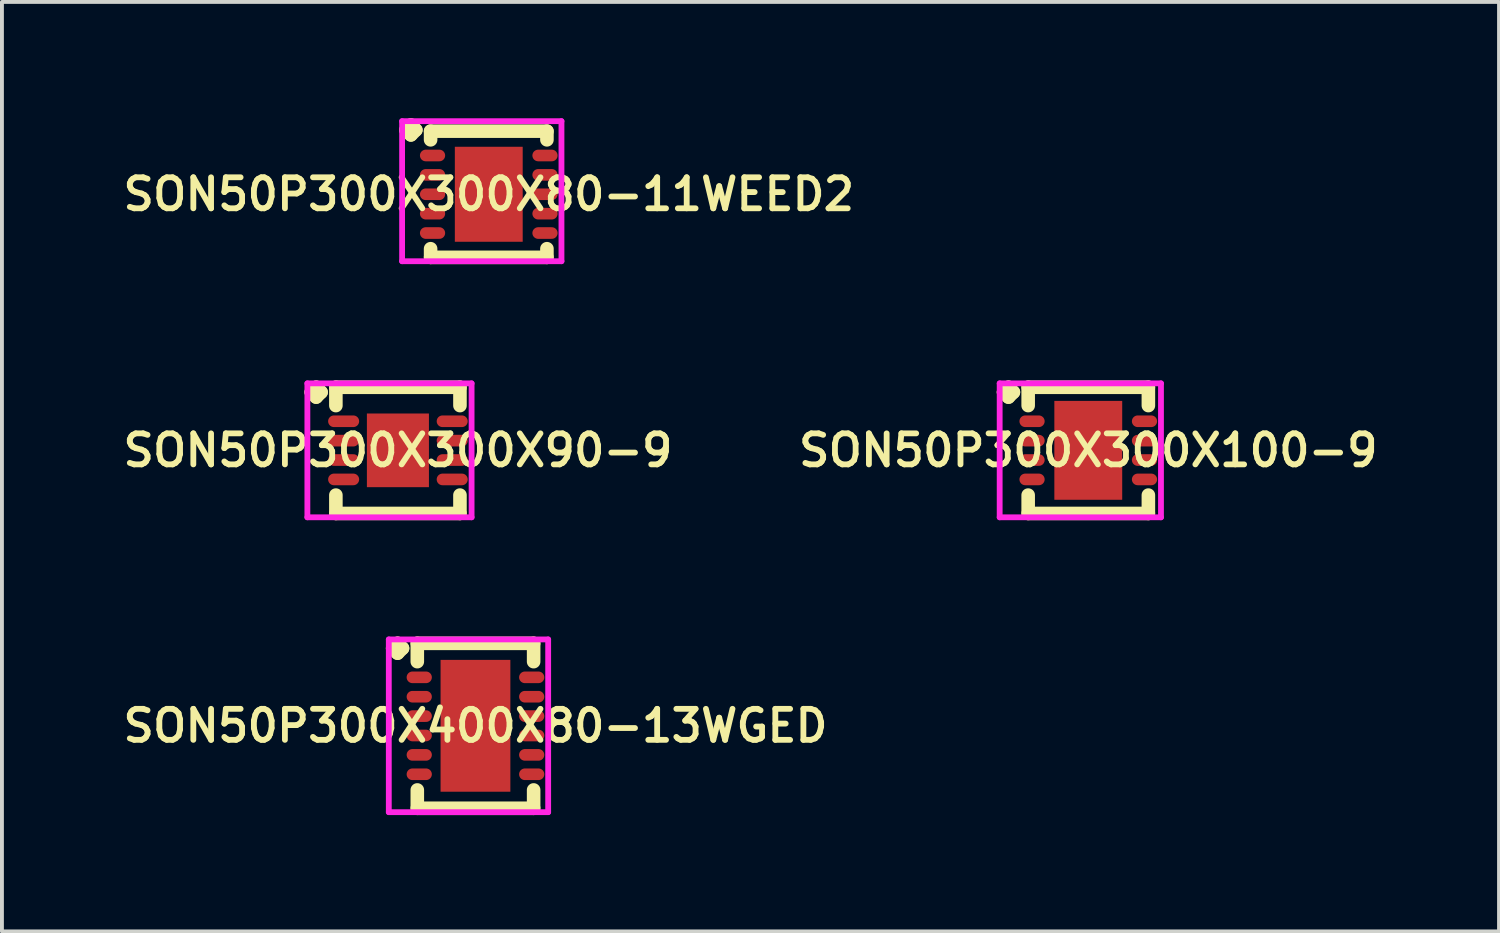
<source format=kicad_pcb>
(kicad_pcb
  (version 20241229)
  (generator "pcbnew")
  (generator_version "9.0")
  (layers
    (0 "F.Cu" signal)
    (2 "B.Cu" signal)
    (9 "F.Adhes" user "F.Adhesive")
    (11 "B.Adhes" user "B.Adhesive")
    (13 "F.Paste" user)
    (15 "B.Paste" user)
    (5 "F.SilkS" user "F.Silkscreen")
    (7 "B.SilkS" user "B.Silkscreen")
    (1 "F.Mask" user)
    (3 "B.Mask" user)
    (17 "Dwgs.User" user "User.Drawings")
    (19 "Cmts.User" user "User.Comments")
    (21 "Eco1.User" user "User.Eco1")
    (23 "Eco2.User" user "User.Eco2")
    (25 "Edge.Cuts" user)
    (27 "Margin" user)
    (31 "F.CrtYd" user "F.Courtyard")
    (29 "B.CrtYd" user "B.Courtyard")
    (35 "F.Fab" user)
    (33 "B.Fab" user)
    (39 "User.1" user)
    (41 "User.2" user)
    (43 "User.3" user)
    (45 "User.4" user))
  (footprint "SON50P300X300X80-11WEED2"
    (layer "F.Cu")
    (at 9.555 1.96)
    (property "Reference" "SON50P300X300X80-11WEED2" (at 0 0 0) (layer "F.SilkS") (effects (font (size 0.8 0.8) (thickness 0.15))))
    (attr smd)
    (fp_line (start -2.135 -1.658) (end -2.008 -1.785) (stroke (width 0.35) (type solid)) (layer "F.SilkS"))
    (fp_line (start -2.008 -1.785) (end -1.881 -1.658) (stroke (width 0.35) (type solid)) (layer "F.SilkS"))
    (fp_line (start -2.008 -1.531) (end -2.135 -1.658) (stroke (width 0.35) (type solid)) (layer "F.SilkS"))
    (fp_line (start -1.881 -1.658) (end -2.008 -1.531) (stroke (width 0.35) (type solid)) (layer "F.SilkS"))
    (fp_line (start -1.5 -1.627) (end 1.5 -1.627) (stroke (width 0.35) (type solid)) (layer "F.SilkS"))
    (fp_line (start -1.5 -1.404) (end -1.5 -1.627) (stroke (width 0.35) (type solid)) (layer "F.SilkS"))
    (fp_line (start -1.5 1.404) (end -1.5 1.627) (stroke (width 0.35) (type solid)) (layer "F.SilkS"))
    (fp_line (start -1.5 1.627) (end 1.5 1.627) (stroke (width 0.35) (type solid)) (layer "F.SilkS"))
    (fp_line (start 1.5 -1.627) (end 1.5 -1.404) (stroke (width 0.35) (type solid)) (layer "F.SilkS"))
    (fp_line (start 1.5 1.627) (end 1.5 1.404) (stroke (width 0.35) (type solid)) (layer "F.SilkS"))
    (fp_line (start -2.235 -1.885) (end 1.875 -1.885) (stroke (width 0.15) (type solid)) (layer "F.CrtYd"))
    (fp_line (start -2.235 1.727) (end -2.235 -1.885) (stroke (width 0.15) (type solid)) (layer "F.CrtYd"))
    (fp_line (start 1.875 -1.885) (end 1.875 1.727) (stroke (width 0.15) (type solid)) (layer "F.CrtYd"))
    (fp_line (start 1.875 1.727) (end -2.235 1.727) (stroke (width 0.15) (type solid)) (layer "F.CrtYd"))
    (pad "1" smd oval (at -1.45 -1) (size 0.65 0.3) (layers "F.Cu" "F.Mask" "F.Paste"))
    (pad "2" smd oval (at -1.45 -0.5) (size 0.65 0.3) (layers "F.Cu" "F.Mask" "F.Paste"))
    (pad "3" smd oval (at -1.45 0) (size 0.65 0.3) (layers "F.Cu" "F.Mask" "F.Paste"))
    (pad "4" smd oval (at -1.45 0.5) (size 0.65 0.3) (layers "F.Cu" "F.Mask" "F.Paste"))
    (pad "5" smd oval (at -1.45 1) (size 0.65 0.3) (layers "F.Cu" "F.Mask" "F.Paste"))
    (pad "6" smd oval (at 1.45 1) (size 0.65 0.3) (layers "F.Cu" "F.Mask" "F.Paste"))
    (pad "7" smd oval (at 1.45 0.5) (size 0.65 0.3) (layers "F.Cu" "F.Mask" "F.Paste"))
    (pad "8" smd oval (at 1.45 0) (size 0.65 0.3) (layers "F.Cu" "F.Mask" "F.Paste"))
    (pad "9" smd oval (at 1.45 -0.5) (size 0.65 0.3) (layers "F.Cu" "F.Mask" "F.Paste"))
    (pad "10" smd oval (at 1.45 -1) (size 0.65 0.3) (layers "F.Cu" "F.Mask" "F.Paste"))
    (pad "11" smd rect (at 0 0) (size 1.75 2.45) (layers "F.Cu" "F.Mask" "F.Paste")))
  (footprint "SON50P300X300X100-9"
    (layer "F.Cu")
    (at 25.016 8.564)
    (property "Reference" "SON50P300X300X100-9" (at 0 0 0) (layer "F.SilkS") (effects (font (size 0.8 0.8) (thickness 0.15))))
    (attr smd)
    (fp_line (start -2.185 -1.5) (end -2.058 -1.627) (stroke (width 0.35) (type solid)) (layer "F.SilkS"))
    (fp_line (start -2.058 -1.627) (end -1.931 -1.5) (stroke (width 0.35) (type solid)) (layer "F.SilkS"))
    (fp_line (start -2.058 -1.373) (end -2.185 -1.5) (stroke (width 0.35) (type solid)) (layer "F.SilkS"))
    (fp_line (start -1.931 -1.5) (end -2.058 -1.373) (stroke (width 0.35) (type solid)) (layer "F.SilkS"))
    (fp_line (start -1.55 -1.627) (end 1.55 -1.627) (stroke (width 0.35) (type solid)) (layer "F.SilkS"))
    (fp_line (start -1.55 -1.154) (end -1.55 -1.627) (stroke (width 0.35) (type solid)) (layer "F.SilkS"))
    (fp_line (start -1.55 1.154) (end -1.55 1.627) (stroke (width 0.35) (type solid)) (layer "F.SilkS"))
    (fp_line (start -1.55 1.627) (end 1.55 1.627) (stroke (width 0.35) (type solid)) (layer "F.SilkS"))
    (fp_line (start 1.55 -1.627) (end 1.55 -1.154) (stroke (width 0.35) (type solid)) (layer "F.SilkS"))
    (fp_line (start 1.55 1.627) (end 1.55 1.154) (stroke (width 0.35) (type solid)) (layer "F.SilkS"))
    (fp_line (start -2.285 -1.727) (end 1.875 -1.727) (stroke (width 0.15) (type solid)) (layer "F.CrtYd"))
    (fp_line (start -2.285 1.727) (end -2.285 -1.727) (stroke (width 0.15) (type solid)) (layer "F.CrtYd"))
    (fp_line (start 1.875 -1.727) (end 1.875 1.727) (stroke (width 0.15) (type solid)) (layer "F.CrtYd"))
    (fp_line (start 1.875 1.727) (end -2.285 1.727) (stroke (width 0.15) (type solid)) (layer "F.CrtYd"))
    (pad "1" smd oval (at -1.45 -0.75) (size 0.65 0.3) (layers "F.Cu" "F.Mask" "F.Paste"))
    (pad "2" smd oval (at -1.45 -0.25) (size 0.65 0.3) (layers "F.Cu" "F.Mask" "F.Paste"))
    (pad "3" smd oval (at -1.45 0.25) (size 0.65 0.3) (layers "F.Cu" "F.Mask" "F.Paste"))
    (pad "4" smd oval (at -1.45 0.75) (size 0.65 0.3) (layers "F.Cu" "F.Mask" "F.Paste"))
    (pad "5" smd oval (at 1.45 0.75) (size 0.65 0.3) (layers "F.Cu" "F.Mask" "F.Paste"))
    (pad "6" smd oval (at 1.45 0.25) (size 0.65 0.3) (layers "F.Cu" "F.Mask" "F.Paste"))
    (pad "7" smd oval (at 1.45 -0.25) (size 0.65 0.3) (layers "F.Cu" "F.Mask" "F.Paste"))
    (pad "8" smd oval (at 1.45 -0.75) (size 0.65 0.3) (layers "F.Cu" "F.Mask" "F.Paste"))
    (pad "9" smd rect (at 0 0) (size 1.75 2.55) (layers "F.Cu" "F.Mask" "F.Paste")))
  (footprint "SON50P300X400X80-13WGED"
    (layer "F.Cu")
    (at 9.212 15.668)
    (property "Reference" "SON50P300X400X80-13WGED" (at 0 0 0) (layer "F.SilkS") (effects (font (size 0.8 0.8) (thickness 0.15))))
    (attr smd)
    (fp_line (start -2.135 -2) (end -2.008 -2.127) (stroke (width 0.35) (type solid)) (layer "F.SilkS"))
    (fp_line (start -2.008 -2.127) (end -1.881 -2) (stroke (width 0.35) (type solid)) (layer "F.SilkS"))
    (fp_line (start -2.008 -1.873) (end -2.135 -2) (stroke (width 0.35) (type solid)) (layer "F.SilkS"))
    (fp_line (start -1.881 -2) (end -2.008 -1.873) (stroke (width 0.35) (type solid)) (layer "F.SilkS"))
    (fp_line (start -1.5 -2.127) (end 1.5 -2.127) (stroke (width 0.35) (type solid)) (layer "F.SilkS"))
    (fp_line (start -1.5 -1.654) (end -1.5 -2.127) (stroke (width 0.35) (type solid)) (layer "F.SilkS"))
    (fp_line (start -1.5 1.654) (end -1.5 2.127) (stroke (width 0.35) (type solid)) (layer "F.SilkS"))
    (fp_line (start -1.5 2.127) (end 1.5 2.127) (stroke (width 0.35) (type solid)) (layer "F.SilkS"))
    (fp_line (start 1.5 -2.127) (end 1.5 -1.654) (stroke (width 0.35) (type solid)) (layer "F.SilkS"))
    (fp_line (start 1.5 2.127) (end 1.5 1.654) (stroke (width 0.35) (type solid)) (layer "F.SilkS"))
    (fp_line (start -2.235 -2.227) (end 1.875 -2.227) (stroke (width 0.15) (type solid)) (layer "F.CrtYd"))
    (fp_line (start -2.235 2.227) (end -2.235 -2.227) (stroke (width 0.15) (type solid)) (layer "F.CrtYd"))
    (fp_line (start 1.875 -2.227) (end 1.875 2.227) (stroke (width 0.15) (type solid)) (layer "F.CrtYd"))
    (fp_line (start 1.875 2.227) (end -2.235 2.227) (stroke (width 0.15) (type solid)) (layer "F.CrtYd"))
    (pad "1" smd oval (at -1.45 -1.25) (size 0.65 0.3) (layers "F.Cu" "F.Mask" "F.Paste"))
    (pad "2" smd oval (at -1.45 -0.75) (size 0.65 0.3) (layers "F.Cu" "F.Mask" "F.Paste"))
    (pad "3" smd oval (at -1.45 -0.25) (size 0.65 0.3) (layers "F.Cu" "F.Mask" "F.Paste"))
    (pad "4" smd oval (at -1.45 0.25) (size 0.65 0.3) (layers "F.Cu" "F.Mask" "F.Paste"))
    (pad "5" smd oval (at -1.45 0.75) (size 0.65 0.3) (layers "F.Cu" "F.Mask" "F.Paste"))
    (pad "6" smd oval (at -1.45 1.25) (size 0.65 0.3) (layers "F.Cu" "F.Mask" "F.Paste"))
    (pad "7" smd oval (at 1.45 1.25) (size 0.65 0.3) (layers "F.Cu" "F.Mask" "F.Paste"))
    (pad "8" smd oval (at 1.45 0.75) (size 0.65 0.3) (layers "F.Cu" "F.Mask" "F.Paste"))
    (pad "9" smd oval (at 1.45 0.25) (size 0.65 0.3) (layers "F.Cu" "F.Mask" "F.Paste"))
    (pad "10" smd oval (at 1.45 -0.25) (size 0.65 0.3) (layers "F.Cu" "F.Mask" "F.Paste"))
    (pad "11" smd oval (at 1.45 -0.75) (size 0.65 0.3) (layers "F.Cu" "F.Mask" "F.Paste"))
    (pad "12" smd oval (at 1.45 -1.25) (size 0.65 0.3) (layers "F.Cu" "F.Mask" "F.Paste"))
    (pad "13" smd rect (at 0 0) (size 1.8 3.4) (layers "F.Cu" "F.Mask" "F.Paste")))
  (footprint "SON50P300X300X90-9"
    (layer "F.Cu")
    (at 7.212 8.564)
    (property "Reference" "SON50P300X300X90-9" (at 0 0 0) (layer "F.SilkS") (effects (font (size 0.8 0.8) (thickness 0.15))))
    (attr smd)
    (fp_line (start -2.235 -1.5) (end -2.108 -1.627) (stroke (width 0.35) (type solid)) (layer "F.SilkS"))
    (fp_line (start -2.108 -1.627) (end -1.981 -1.5) (stroke (width 0.35) (type solid)) (layer "F.SilkS"))
    (fp_line (start -2.108 -1.373) (end -2.235 -1.5) (stroke (width 0.35) (type solid)) (layer "F.SilkS"))
    (fp_line (start -1.981 -1.5) (end -2.108 -1.373) (stroke (width 0.35) (type solid)) (layer "F.SilkS"))
    (fp_line (start -1.6 -1.627) (end 1.6 -1.627) (stroke (width 0.35) (type solid)) (layer "F.SilkS"))
    (fp_line (start -1.6 -1.154) (end -1.6 -1.627) (stroke (width 0.35) (type solid)) (layer "F.SilkS"))
    (fp_line (start -1.6 1.154) (end -1.6 1.627) (stroke (width 0.35) (type solid)) (layer "F.SilkS"))
    (fp_line (start -1.6 1.627) (end 1.6 1.627) (stroke (width 0.35) (type solid)) (layer "F.SilkS"))
    (fp_line (start 1.6 -1.627) (end 1.6 -1.154) (stroke (width 0.35) (type solid)) (layer "F.SilkS"))
    (fp_line (start 1.6 1.627) (end 1.6 1.154) (stroke (width 0.35) (type solid)) (layer "F.SilkS"))
    (fp_line (start -2.335 -1.727) (end 1.9 -1.727) (stroke (width 0.15) (type solid)) (layer "F.CrtYd"))
    (fp_line (start -2.335 1.727) (end -2.335 -1.727) (stroke (width 0.15) (type solid)) (layer "F.CrtYd"))
    (fp_line (start 1.9 -1.727) (end 1.9 1.727) (stroke (width 0.15) (type solid)) (layer "F.CrtYd"))
    (fp_line (start 1.9 1.727) (end -2.335 1.727) (stroke (width 0.15) (type solid)) (layer "F.CrtYd"))
    (pad "1" smd oval (at -1.4 -0.75) (size 0.8 0.3) (layers "F.Cu" "F.Mask" "F.Paste"))
    (pad "2" smd oval (at -1.4 -0.25) (size 0.8 0.3) (layers "F.Cu" "F.Mask" "F.Paste"))
    (pad "3" smd oval (at -1.4 0.25) (size 0.8 0.3) (layers "F.Cu" "F.Mask" "F.Paste"))
    (pad "4" smd oval (at -1.4 0.75) (size 0.8 0.3) (layers "F.Cu" "F.Mask" "F.Paste"))
    (pad "5" smd oval (at 1.4 0.75) (size 0.8 0.3) (layers "F.Cu" "F.Mask" "F.Paste"))
    (pad "6" smd oval (at 1.4 0.25) (size 0.8 0.3) (layers "F.Cu" "F.Mask" "F.Paste"))
    (pad "7" smd oval (at 1.4 -0.25) (size 0.8 0.3) (layers "F.Cu" "F.Mask" "F.Paste"))
    (pad "8" smd oval (at 1.4 -0.75) (size 0.8 0.3) (layers "F.Cu" "F.Mask" "F.Paste"))
    (pad "9" smd rect (at 0 0) (size 1.6 1.9) (layers "F.Cu" "F.Mask" "F.Paste")))
  (gr_rect
    (start -3 -3)
    (end 35.609 20.97)
    (stroke (width 0.1) (type default))
    (fill no)
    (layer "Edge.Cuts")))
</source>
